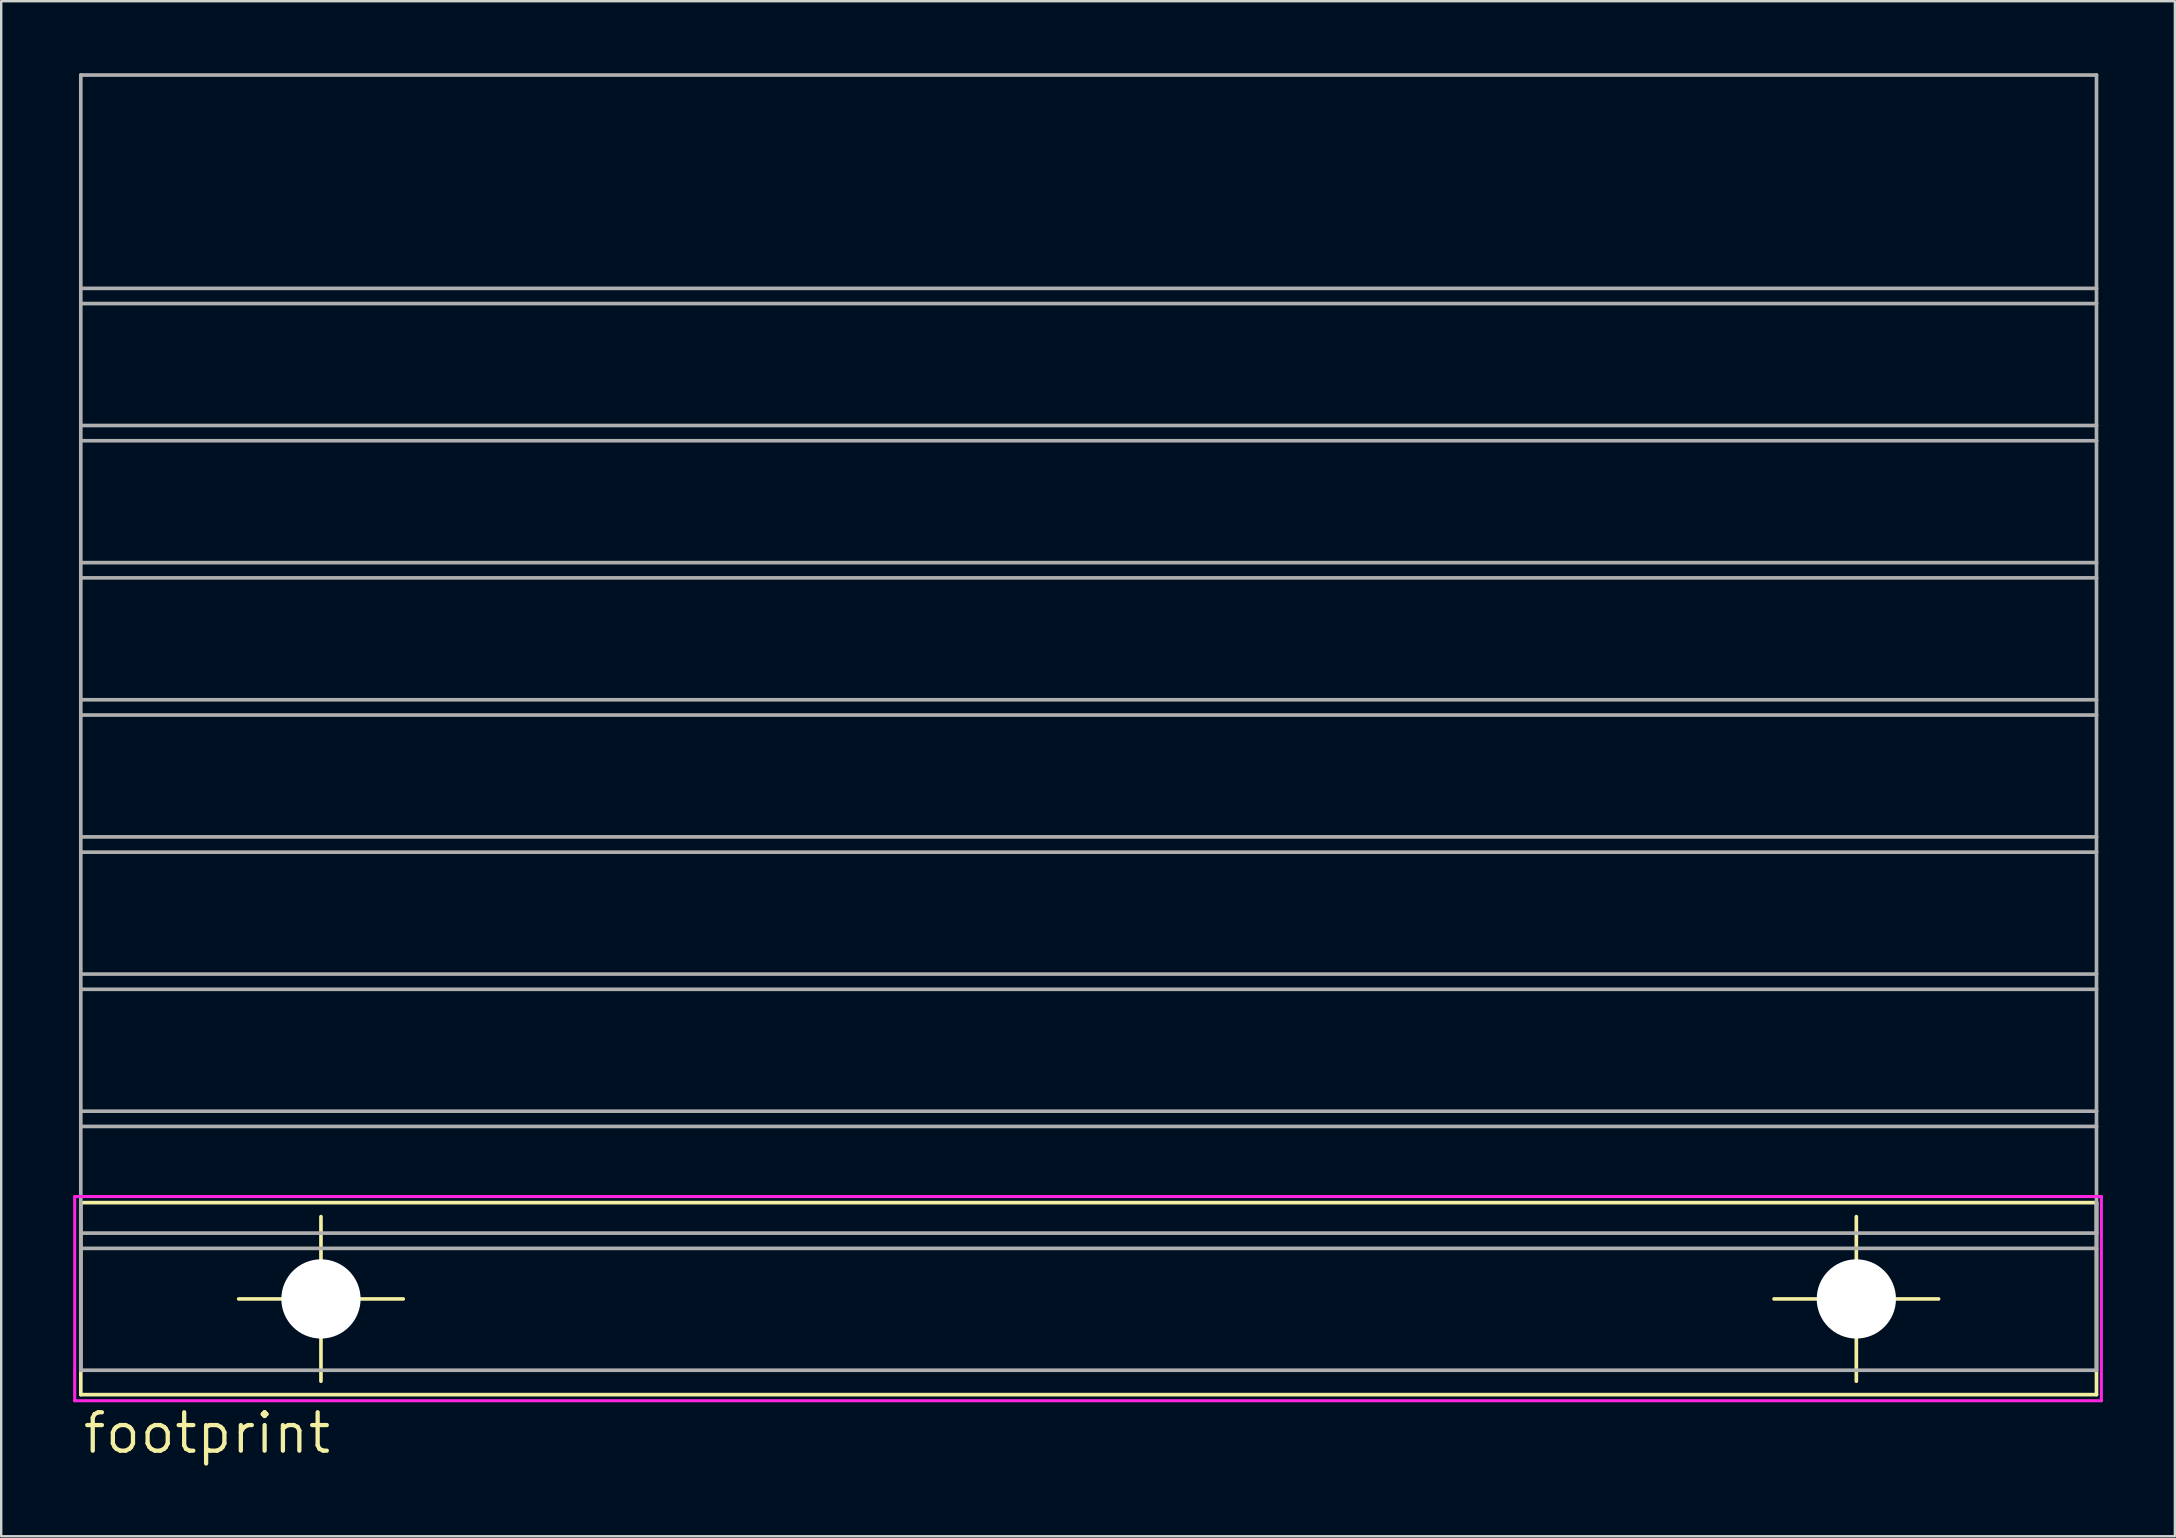
<source format=kicad_pcb>
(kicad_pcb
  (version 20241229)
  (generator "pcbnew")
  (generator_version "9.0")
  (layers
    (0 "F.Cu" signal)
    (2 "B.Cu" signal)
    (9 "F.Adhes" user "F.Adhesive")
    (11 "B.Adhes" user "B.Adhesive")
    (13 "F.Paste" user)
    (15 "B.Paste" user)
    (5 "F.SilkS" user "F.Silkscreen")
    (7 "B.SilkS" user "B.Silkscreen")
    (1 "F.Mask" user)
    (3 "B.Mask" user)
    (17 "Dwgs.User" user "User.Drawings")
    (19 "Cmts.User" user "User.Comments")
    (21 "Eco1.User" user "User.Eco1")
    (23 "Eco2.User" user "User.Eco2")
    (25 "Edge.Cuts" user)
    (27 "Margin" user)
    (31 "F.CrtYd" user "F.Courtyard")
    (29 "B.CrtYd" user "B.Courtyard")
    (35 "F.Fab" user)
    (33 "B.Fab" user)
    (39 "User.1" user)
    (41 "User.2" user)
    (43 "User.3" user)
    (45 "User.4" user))
  (footprint "footprint"
    (layer "F.Cu")
    (at 42.227 55.067)
    (property "Reference" "footprint" (at -41.91 2.54 0) (layer "F.SilkS") (effects (font (size 1.6 1.6) (thickness 0.178)) (justify left bottom)))
    (fp_line (start -41.91 -8.001) (end 42.088 -8.001) (stroke (width 0.152) (type solid)) (layer "F.SilkS"))
    (fp_line (start -41.91 0) (end -41.91 -8.001) (stroke (width 0.152) (type solid)) (layer "F.SilkS"))
    (fp_line (start -31.902 -7.417) (end -31.902 -0.559) (stroke (width 0.152) (type solid)) (layer "F.SilkS"))
    (fp_line (start -28.473 -3.988) (end -35.331 -3.988) (stroke (width 0.152) (type solid)) (layer "F.SilkS"))
    (fp_line (start 32.08 -7.417) (end 32.08 -0.559) (stroke (width 0.152) (type solid)) (layer "F.SilkS"))
    (fp_line (start 35.509 -3.988) (end 28.651 -3.988) (stroke (width 0.152) (type solid)) (layer "F.SilkS"))
    (fp_line (start 42.088 0) (end -41.91 0) (stroke (width 0.152) (type solid)) (layer "F.SilkS"))
    (fp_line (start 42.088 0) (end 42.088 -8.001) (stroke (width 0.152) (type solid)) (layer "F.SilkS"))
    (fp_line (start -42.164 -8.255) (end -42.164 0.254) (stroke (width 0.127) (type solid)) (layer "F.CrtYd"))
    (fp_line (start -42.164 -8.255) (end 42.291 -8.255) (stroke (width 0.127) (type solid)) (layer "F.CrtYd"))
    (fp_line (start 42.291 0.254) (end -42.164 0.254) (stroke (width 0.127) (type solid)) (layer "F.CrtYd"))
    (fp_line (start 42.291 0.254) (end 42.291 -8.255) (stroke (width 0.127) (type solid)) (layer "F.CrtYd"))
    (fp_line (start -41.91 -54.991) (end 42.088 -54.991) (stroke (width 0.152) (type solid)) (layer "F.Fab"))
    (fp_line (start -41.91 -46.101) (end -41.91 -54.991) (stroke (width 0.152) (type solid)) (layer "F.Fab"))
    (fp_line (start -41.91 -46.101) (end 42.088 -46.101) (stroke (width 0.152) (type solid)) (layer "F.Fab"))
    (fp_line (start -41.91 -45.466) (end -41.91 -46.101) (stroke (width 0.152) (type solid)) (layer "F.Fab"))
    (fp_line (start -41.91 -45.466) (end 42.088 -45.466) (stroke (width 0.152) (type solid)) (layer "F.Fab"))
    (fp_line (start -41.91 -40.386) (end -41.91 -45.466) (stroke (width 0.152) (type solid)) (layer "F.Fab"))
    (fp_line (start -41.91 -40.386) (end 42.088 -40.386) (stroke (width 0.152) (type solid)) (layer "F.Fab"))
    (fp_line (start -41.91 -39.751) (end -41.91 -40.386) (stroke (width 0.152) (type solid)) (layer "F.Fab"))
    (fp_line (start -41.91 -39.751) (end 42.088 -39.751) (stroke (width 0.152) (type solid)) (layer "F.Fab"))
    (fp_line (start -41.91 -34.671) (end -41.91 -39.751) (stroke (width 0.152) (type solid)) (layer "F.Fab"))
    (fp_line (start -41.91 -34.671) (end 42.088 -34.671) (stroke (width 0.152) (type solid)) (layer "F.Fab"))
    (fp_line (start -41.91 -34.036) (end -41.91 -34.671) (stroke (width 0.152) (type solid)) (layer "F.Fab"))
    (fp_line (start -41.91 -34.036) (end 42.088 -34.036) (stroke (width 0.152) (type solid)) (layer "F.Fab"))
    (fp_line (start -41.91 -28.956) (end -41.91 -34.036) (stroke (width 0.152) (type solid)) (layer "F.Fab"))
    (fp_line (start -41.91 -28.956) (end 42.088 -28.956) (stroke (width 0.152) (type solid)) (layer "F.Fab"))
    (fp_line (start -41.91 -28.321) (end -41.91 -28.956) (stroke (width 0.152) (type solid)) (layer "F.Fab"))
    (fp_line (start -41.91 -28.321) (end 42.088 -28.321) (stroke (width 0.152) (type solid)) (layer "F.Fab"))
    (fp_line (start -41.91 -23.241) (end -41.91 -28.321) (stroke (width 0.152) (type solid)) (layer "F.Fab"))
    (fp_line (start -41.91 -23.241) (end 42.088 -23.241) (stroke (width 0.152) (type solid)) (layer "F.Fab"))
    (fp_line (start -41.91 -22.606) (end -41.91 -23.241) (stroke (width 0.152) (type solid)) (layer "F.Fab"))
    (fp_line (start -41.91 -22.606) (end 42.088 -22.606) (stroke (width 0.152) (type solid)) (layer "F.Fab"))
    (fp_line (start -41.91 -17.526) (end -41.91 -22.606) (stroke (width 0.152) (type solid)) (layer "F.Fab"))
    (fp_line (start -41.91 -17.526) (end 42.088 -17.526) (stroke (width 0.152) (type solid)) (layer "F.Fab"))
    (fp_line (start -41.91 -16.891) (end -41.91 -17.526) (stroke (width 0.152) (type solid)) (layer "F.Fab"))
    (fp_line (start -41.91 -16.891) (end 42.088 -16.891) (stroke (width 0.152) (type solid)) (layer "F.Fab"))
    (fp_line (start -41.91 -11.811) (end -41.91 -16.891) (stroke (width 0.152) (type solid)) (layer "F.Fab"))
    (fp_line (start -41.91 -11.811) (end 42.088 -11.811) (stroke (width 0.152) (type solid)) (layer "F.Fab"))
    (fp_line (start -41.91 -11.176) (end -41.91 -11.811) (stroke (width 0.152) (type solid)) (layer "F.Fab"))
    (fp_line (start -41.91 -11.176) (end 42.088 -11.176) (stroke (width 0.152) (type solid)) (layer "F.Fab"))
    (fp_line (start -41.91 -6.731) (end -41.91 -11.176) (stroke (width 0.152) (type solid)) (layer "F.Fab"))
    (fp_line (start -41.91 -6.731) (end 42.088 -6.731) (stroke (width 0.152) (type solid)) (layer "F.Fab"))
    (fp_line (start -41.91 -6.096) (end -41.91 -6.731) (stroke (width 0.152) (type solid)) (layer "F.Fab"))
    (fp_line (start -41.91 -6.096) (end -41.91 -1.016) (stroke (width 0.152) (type solid)) (layer "F.Fab"))
    (fp_line (start -41.91 -6.096) (end 42.088 -6.096) (stroke (width 0.152) (type solid)) (layer "F.Fab"))
    (fp_line (start -41.91 -1.016) (end 42.088 -1.016) (stroke (width 0.152) (type solid)) (layer "F.Fab"))
    (fp_line (start 42.088 -46.101) (end 42.088 -54.991) (stroke (width 0.152) (type solid)) (layer "F.Fab"))
    (fp_line (start 42.088 -45.466) (end 42.088 -46.101) (stroke (width 0.152) (type solid)) (layer "F.Fab"))
    (fp_line (start 42.088 -40.386) (end 42.088 -45.466) (stroke (width 0.152) (type solid)) (layer "F.Fab"))
    (fp_line (start 42.088 -39.751) (end 42.088 -40.386) (stroke (width 0.152) (type solid)) (layer "F.Fab"))
    (fp_line (start 42.088 -34.671) (end 42.088 -39.751) (stroke (width 0.152) (type solid)) (layer "F.Fab"))
    (fp_line (start 42.088 -34.036) (end 42.088 -34.671) (stroke (width 0.152) (type solid)) (layer "F.Fab"))
    (fp_line (start 42.088 -28.956) (end 42.088 -34.036) (stroke (width 0.152) (type solid)) (layer "F.Fab"))
    (fp_line (start 42.088 -28.321) (end 42.088 -28.956) (stroke (width 0.152) (type solid)) (layer "F.Fab"))
    (fp_line (start 42.088 -23.241) (end 42.088 -28.321) (stroke (width 0.152) (type solid)) (layer "F.Fab"))
    (fp_line (start 42.088 -22.606) (end 42.088 -23.241) (stroke (width 0.152) (type solid)) (layer "F.Fab"))
    (fp_line (start 42.088 -17.526) (end 42.088 -22.606) (stroke (width 0.152) (type solid)) (layer "F.Fab"))
    (fp_line (start 42.088 -16.891) (end 42.088 -17.526) (stroke (width 0.152) (type solid)) (layer "F.Fab"))
    (fp_line (start 42.088 -11.811) (end 42.088 -16.891) (stroke (width 0.152) (type solid)) (layer "F.Fab"))
    (fp_line (start 42.088 -11.176) (end 42.088 -11.811) (stroke (width 0.152) (type solid)) (layer "F.Fab"))
    (fp_line (start 42.088 -8.001) (end 42.088 -6.731) (stroke (width 0.152) (type solid)) (layer "F.Fab"))
    (fp_line (start 42.088 -6.731) (end 42.088 -11.176) (stroke (width 0.152) (type solid)) (layer "F.Fab"))
    (fp_line (start 42.088 -6.731) (end 42.088 -6.096) (stroke (width 0.152) (type solid)) (layer "F.Fab"))
    (fp_line (start 42.088 -1.016) (end 42.088 -6.096) (stroke (width 0.152) (type solid)) (layer "F.Fab"))
    (pad "" np_thru_hole circle (at -31.902 -3.988) (size 3.302 3.302) (drill 3.302) (layers "*.Cu" "*.Mask"))
    (pad "" np_thru_hole circle (at 32.08 -3.988) (size 3.302 3.302) (drill 3.302) (layers "*.Cu" "*.Mask"))
    (zone (net_name "") (layer "B.Cu") (hatch edge 0.508) (connect_pads) (min_thickness 0.254) (filled_areas_thickness no) (keepout (tracks not_allowed) (vias not_allowed) (pads not_allowed) (copperpour not_allowed) (footprints allowed)) (placement (enabled no)) (fill) (polygon (pts (xy 14.719 51.079) (xy 14.653 50.316) (xy 14.454 49.576) (xy 14.131 48.882) (xy 13.691 48.255) (xy 13.15 47.713) (xy 12.522 47.274) (xy 11.828 46.95) (xy 11.088 46.752) (xy 10.325 46.685) (xy 9.562 46.752) (xy 8.822 46.95) (xy 8.128 47.274) (xy 7.501 47.713) (xy 6.959 48.255) (xy 6.52 48.882) (xy 6.196 49.576) (xy 5.998 50.316) (xy 5.931 51.079) (xy 5.998 51.842) (xy 6.196 52.582) (xy 6.52 53.276) (xy 6.959 53.904) (xy 7.501 54.446) (xy 8.128 54.885) (xy 8.822 55.209) (xy 9.562 55.407) (xy 10.325 55.474) (xy 11.088 55.407) (xy 11.828 55.209) (xy 12.522 54.885) (xy 13.15 54.446) (xy 13.691 53.904) (xy 14.131 53.276) (xy 14.454 52.582) (xy 14.653 51.842))) (polygon (pts (xy 12.027 51.079) (xy 12.001 50.784) (xy 11.924 50.497) (xy 11.799 50.228) (xy 11.629 49.986) (xy 11.419 49.776) (xy 11.176 49.606) (xy 10.907 49.48) (xy 10.621 49.403) (xy 10.325 49.378) (xy 10.03 49.403) (xy 9.743 49.48) (xy 9.474 49.606) (xy 9.231 49.776) (xy 9.021 49.986) (xy 8.851 50.228) (xy 8.726 50.497) (xy 8.649 50.784) (xy 8.623 51.079) (xy 8.649 51.375) (xy 8.726 51.661) (xy 8.851 51.93) (xy 9.021 52.173) (xy 9.231 52.383) (xy 9.474 52.553) (xy 9.743 52.679) (xy 10.03 52.755) (xy 10.325 52.781) (xy 10.621 52.755) (xy 10.907 52.679) (xy 11.176 52.553) (xy 11.419 52.383) (xy 11.629 52.173) (xy 11.799 51.93) (xy 11.924 51.661) (xy 12.001 51.375))))
    (zone (net_name "") (layer "B.Cu") (hatch edge 0.508) (connect_pads) (min_thickness 0.254) (filled_areas_thickness no) (keepout (tracks not_allowed) (vias not_allowed) (pads not_allowed) (copperpour not_allowed) (footprints allowed)) (placement (enabled no)) (fill) (polygon (pts (xy 78.702 51.079) (xy 78.635 50.316) (xy 78.437 49.576) (xy 78.113 48.882) (xy 77.674 48.255) (xy 77.132 47.713) (xy 76.505 47.274) (xy 75.811 46.95) (xy 75.071 46.752) (xy 74.308 46.685) (xy 73.545 46.752) (xy 72.805 46.95) (xy 72.111 47.274) (xy 71.483 47.713) (xy 70.942 48.255) (xy 70.502 48.882) (xy 70.179 49.576) (xy 69.98 50.316) (xy 69.913 51.079) (xy 69.98 51.842) (xy 70.179 52.582) (xy 70.502 53.276) (xy 70.942 53.904) (xy 71.483 54.446) (xy 72.111 54.885) (xy 72.805 55.209) (xy 73.545 55.407) (xy 74.308 55.474) (xy 75.071 55.407) (xy 75.811 55.209) (xy 76.505 54.885) (xy 77.132 54.446) (xy 77.674 53.904) (xy 78.113 53.276) (xy 78.437 52.582) (xy 78.635 51.842))) (polygon (pts (xy 76.01 51.079) (xy 75.984 50.784) (xy 75.907 50.497) (xy 75.782 50.228) (xy 75.611 49.986) (xy 75.402 49.776) (xy 75.159 49.606) (xy 74.89 49.48) (xy 74.603 49.403) (xy 74.308 49.378) (xy 74.012 49.403) (xy 73.726 49.48) (xy 73.457 49.606) (xy 73.214 49.776) (xy 73.004 49.986) (xy 72.834 50.228) (xy 72.709 50.497) (xy 72.632 50.784) (xy 72.606 51.079) (xy 72.632 51.375) (xy 72.709 51.661) (xy 72.834 51.93) (xy 73.004 52.173) (xy 73.214 52.383) (xy 73.457 52.553) (xy 73.726 52.679) (xy 74.012 52.755) (xy 74.308 52.781) (xy 74.603 52.755) (xy 74.89 52.679) (xy 75.159 52.553) (xy 75.402 52.383) (xy 75.611 52.173) (xy 75.782 51.93) (xy 75.907 51.661) (xy 75.984 51.375)))))
  (gr_rect
    (start -3 -3)
    (end 87.582 60.97)
    (stroke (width 0.1) (type default))
    (fill no)
    (layer "Edge.Cuts")))
</source>
